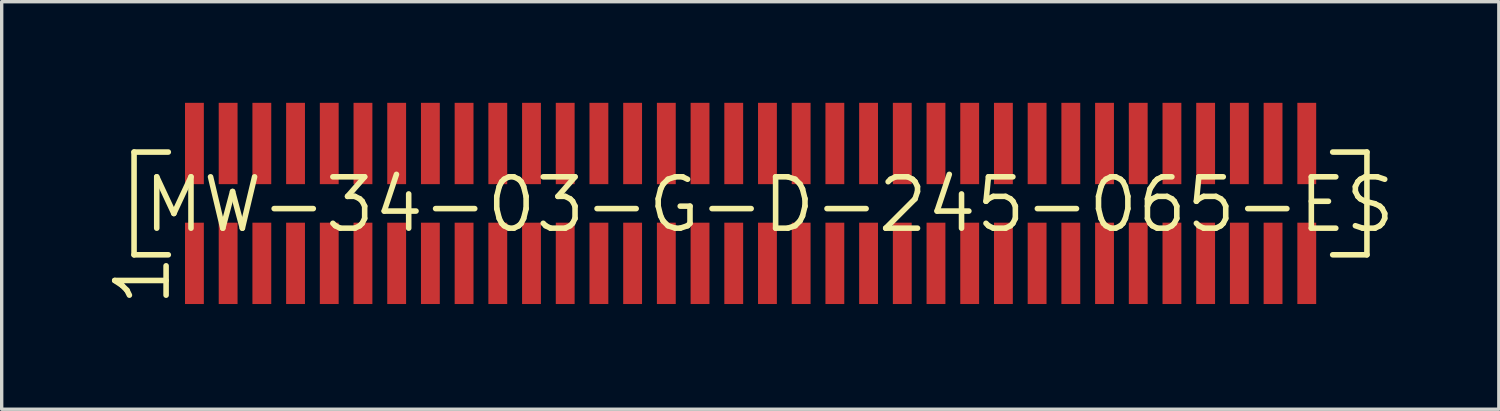
<source format=kicad_pcb>
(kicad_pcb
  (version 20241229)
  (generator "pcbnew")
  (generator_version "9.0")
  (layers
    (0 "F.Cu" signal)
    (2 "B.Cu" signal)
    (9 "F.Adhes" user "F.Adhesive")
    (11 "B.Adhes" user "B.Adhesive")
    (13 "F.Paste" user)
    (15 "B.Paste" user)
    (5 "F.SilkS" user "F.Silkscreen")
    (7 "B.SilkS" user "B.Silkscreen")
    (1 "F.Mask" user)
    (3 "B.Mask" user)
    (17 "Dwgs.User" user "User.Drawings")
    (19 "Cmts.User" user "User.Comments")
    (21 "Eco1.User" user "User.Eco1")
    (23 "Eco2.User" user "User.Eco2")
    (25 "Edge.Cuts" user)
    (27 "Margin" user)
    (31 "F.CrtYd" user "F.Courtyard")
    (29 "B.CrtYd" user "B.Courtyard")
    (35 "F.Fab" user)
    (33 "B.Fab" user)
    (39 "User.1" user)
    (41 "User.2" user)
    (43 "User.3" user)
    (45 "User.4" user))
  (footprint "MW-34-03-G-D-245-065-ES"
    (layer "F.Cu")
    (at 19.215 2.985)
    (property "Reference" "MW-34-03-G-D-245-065-ES" (at 0.564 0.038 180) (layer "F.SilkS") (effects (font (size 1.524 1.524) (thickness 0.165))))
    (attr through_hole)
    (fp_line (start -18.288 -1.524) (end -18.288 1.524) (stroke (width 0.165) (type solid)) (layer "F.SilkS"))
    (fp_line (start -18.288 1.524) (end -17.272 1.524) (stroke (width 0.165) (type solid)) (layer "F.SilkS"))
    (fp_line (start -17.272 -1.524) (end -18.288 -1.524) (stroke (width 0.165) (type solid)) (layer "F.SilkS"))
    (fp_line (start 17.272 1.524) (end 18.288 1.524) (stroke (width 0.165) (type solid)) (layer "F.SilkS"))
    (fp_line (start 18.288 -1.524) (end 17.272 -1.524) (stroke (width 0.165) (type solid)) (layer "F.SilkS"))
    (fp_line (start 18.288 1.524) (end 18.288 -1.524) (stroke (width 0.165) (type solid)) (layer "F.SilkS"))
    (fp_text user "1" (at -18.034 2.286 90) (layer "F.SilkS") (effects (font (size 1.524 1.524) (thickness 0.165))))
    (pad "1" smd rect (at -16.497 1.778) (size 0.559 2.413) (layers "F.Cu" "F.Mask" "F.Paste"))
    (pad "2" smd rect (at -16.497 -1.778) (size 0.559 2.413) (layers "F.Cu" "F.Mask" "F.Paste"))
    (pad "3" smd rect (at -15.497 1.778) (size 0.559 2.413) (layers "F.Cu" "F.Mask" "F.Paste"))
    (pad "4" smd rect (at -15.497 -1.778) (size 0.559 2.413) (layers "F.Cu" "F.Mask" "F.Paste"))
    (pad "5" smd rect (at -14.497 1.778) (size 0.559 2.413) (layers "F.Cu" "F.Mask" "F.Paste"))
    (pad "6" smd rect (at -14.497 -1.778) (size 0.559 2.413) (layers "F.Cu" "F.Mask" "F.Paste"))
    (pad "7" smd rect (at -13.497 1.778) (size 0.559 2.413) (layers "F.Cu" "F.Mask" "F.Paste"))
    (pad "8" smd rect (at -13.497 -1.778) (size 0.559 2.413) (layers "F.Cu" "F.Mask" "F.Paste"))
    (pad "9" smd rect (at -12.497 1.778) (size 0.559 2.413) (layers "F.Cu" "F.Mask" "F.Paste"))
    (pad "10" smd rect (at -12.497 -1.778) (size 0.559 2.413) (layers "F.Cu" "F.Mask" "F.Paste"))
    (pad "11" smd rect (at -11.497 1.778) (size 0.559 2.413) (layers "F.Cu" "F.Mask" "F.Paste"))
    (pad "12" smd rect (at -11.497 -1.778) (size 0.559 2.413) (layers "F.Cu" "F.Mask" "F.Paste"))
    (pad "13" smd rect (at -10.497 1.778) (size 0.559 2.413) (layers "F.Cu" "F.Mask" "F.Paste"))
    (pad "14" smd rect (at -10.497 -1.778) (size 0.559 2.413) (layers "F.Cu" "F.Mask" "F.Paste"))
    (pad "15" smd rect (at -9.497 1.778) (size 0.559 2.413) (layers "F.Cu" "F.Mask" "F.Paste"))
    (pad "16" smd rect (at -9.497 -1.778) (size 0.559 2.413) (layers "F.Cu" "F.Mask" "F.Paste"))
    (pad "17" smd rect (at -8.497 1.778) (size 0.559 2.413) (layers "F.Cu" "F.Mask" "F.Paste"))
    (pad "18" smd rect (at -8.497 -1.778) (size 0.559 2.413) (layers "F.Cu" "F.Mask" "F.Paste"))
    (pad "19" smd rect (at -7.497 1.778) (size 0.559 2.413) (layers "F.Cu" "F.Mask" "F.Paste"))
    (pad "20" smd rect (at -7.497 -1.778) (size 0.559 2.413) (layers "F.Cu" "F.Mask" "F.Paste"))
    (pad "21" smd rect (at -6.497 1.778) (size 0.559 2.413) (layers "F.Cu" "F.Mask" "F.Paste"))
    (pad "22" smd rect (at -6.497 -1.778) (size 0.559 2.413) (layers "F.Cu" "F.Mask" "F.Paste"))
    (pad "23" smd rect (at -5.497 1.778) (size 0.559 2.413) (layers "F.Cu" "F.Mask" "F.Paste"))
    (pad "24" smd rect (at -5.497 -1.778) (size 0.559 2.413) (layers "F.Cu" "F.Mask" "F.Paste"))
    (pad "25" smd rect (at -4.497 1.778) (size 0.559 2.413) (layers "F.Cu" "F.Mask" "F.Paste"))
    (pad "26" smd rect (at -4.497 -1.778) (size 0.559 2.413) (layers "F.Cu" "F.Mask" "F.Paste"))
    (pad "27" smd rect (at -3.497 1.778) (size 0.559 2.413) (layers "F.Cu" "F.Mask" "F.Paste"))
    (pad "28" smd rect (at -3.497 -1.778) (size 0.559 2.413) (layers "F.Cu" "F.Mask" "F.Paste"))
    (pad "29" smd rect (at -2.497 1.778) (size 0.559 2.413) (layers "F.Cu" "F.Mask" "F.Paste"))
    (pad "30" smd rect (at -2.497 -1.778) (size 0.559 2.413) (layers "F.Cu" "F.Mask" "F.Paste"))
    (pad "31" smd rect (at -1.497 1.778) (size 0.559 2.413) (layers "F.Cu" "F.Mask" "F.Paste"))
    (pad "32" smd rect (at -1.497 -1.778) (size 0.559 2.413) (layers "F.Cu" "F.Mask" "F.Paste"))
    (pad "33" smd rect (at -0.497 1.778) (size 0.559 2.413) (layers "F.Cu" "F.Mask" "F.Paste"))
    (pad "34" smd rect (at -0.497 -1.778) (size 0.559 2.413) (layers "F.Cu" "F.Mask" "F.Paste"))
    (pad "35" smd rect (at 0.503 1.778) (size 0.559 2.413) (layers "F.Cu" "F.Mask" "F.Paste"))
    (pad "36" smd rect (at 0.503 -1.778) (size 0.559 2.413) (layers "F.Cu" "F.Mask" "F.Paste"))
    (pad "37" smd rect (at 1.503 1.778) (size 0.559 2.413) (layers "F.Cu" "F.Mask" "F.Paste"))
    (pad "38" smd rect (at 1.503 -1.778) (size 0.559 2.413) (layers "F.Cu" "F.Mask" "F.Paste"))
    (pad "39" smd rect (at 2.503 1.778) (size 0.559 2.413) (layers "F.Cu" "F.Mask" "F.Paste"))
    (pad "40" smd rect (at 2.503 -1.778) (size 0.559 2.413) (layers "F.Cu" "F.Mask" "F.Paste"))
    (pad "41" smd rect (at 3.503 1.778) (size 0.559 2.413) (layers "F.Cu" "F.Mask" "F.Paste"))
    (pad "42" smd rect (at 3.503 -1.778) (size 0.559 2.413) (layers "F.Cu" "F.Mask" "F.Paste"))
    (pad "43" smd rect (at 4.503 1.778) (size 0.559 2.413) (layers "F.Cu" "F.Mask" "F.Paste"))
    (pad "44" smd rect (at 4.503 -1.778) (size 0.559 2.413) (layers "F.Cu" "F.Mask" "F.Paste"))
    (pad "45" smd rect (at 5.503 1.778) (size 0.559 2.413) (layers "F.Cu" "F.Mask" "F.Paste"))
    (pad "46" smd rect (at 5.503 -1.778) (size 0.559 2.413) (layers "F.Cu" "F.Mask" "F.Paste"))
    (pad "47" smd rect (at 6.503 1.778) (size 0.559 2.413) (layers "F.Cu" "F.Mask" "F.Paste"))
    (pad "48" smd rect (at 6.503 -1.778) (size 0.559 2.413) (layers "F.Cu" "F.Mask" "F.Paste"))
    (pad "49" smd rect (at 7.503 1.778) (size 0.559 2.413) (layers "F.Cu" "F.Mask" "F.Paste"))
    (pad "50" smd rect (at 7.503 -1.778) (size 0.559 2.413) (layers "F.Cu" "F.Mask" "F.Paste"))
    (pad "51" smd rect (at 8.503 1.778) (size 0.559 2.413) (layers "F.Cu" "F.Mask" "F.Paste"))
    (pad "52" smd rect (at 8.503 -1.778) (size 0.559 2.413) (layers "F.Cu" "F.Mask" "F.Paste"))
    (pad "53" smd rect (at 9.503 1.778) (size 0.559 2.413) (layers "F.Cu" "F.Mask" "F.Paste"))
    (pad "54" smd rect (at 9.503 -1.778) (size 0.559 2.413) (layers "F.Cu" "F.Mask" "F.Paste"))
    (pad "55" smd rect (at 10.503 1.778) (size 0.559 2.413) (layers "F.Cu" "F.Mask" "F.Paste"))
    (pad "56" smd rect (at 10.503 -1.778) (size 0.559 2.413) (layers "F.Cu" "F.Mask" "F.Paste"))
    (pad "57" smd rect (at 11.503 1.778) (size 0.559 2.413) (layers "F.Cu" "F.Mask" "F.Paste"))
    (pad "58" smd rect (at 11.503 -1.778) (size 0.559 2.413) (layers "F.Cu" "F.Mask" "F.Paste"))
    (pad "59" smd rect (at 12.503 1.778) (size 0.559 2.413) (layers "F.Cu" "F.Mask" "F.Paste"))
    (pad "60" smd rect (at 12.503 -1.778) (size 0.559 2.413) (layers "F.Cu" "F.Mask" "F.Paste"))
    (pad "61" smd rect (at 13.503 1.778) (size 0.559 2.413) (layers "F.Cu" "F.Mask" "F.Paste"))
    (pad "62" smd rect (at 13.503 -1.778) (size 0.559 2.413) (layers "F.Cu" "F.Mask" "F.Paste"))
    (pad "63" smd rect (at 14.503 1.778) (size 0.559 2.413) (layers "F.Cu" "F.Mask" "F.Paste"))
    (pad "64" smd rect (at 14.503 -1.778) (size 0.559 2.413) (layers "F.Cu" "F.Mask" "F.Paste"))
    (pad "65" smd rect (at 15.503 1.778) (size 0.559 2.413) (layers "F.Cu" "F.Mask" "F.Paste"))
    (pad "66" smd rect (at 15.503 -1.778) (size 0.559 2.413) (layers "F.Cu" "F.Mask" "F.Paste"))
    (pad "67" smd rect (at 16.503 1.778) (size 0.559 2.413) (layers "F.Cu" "F.Mask" "F.Paste"))
    (pad "68" smd rect (at 16.503 -1.778) (size 0.559 2.413) (layers "F.Cu" "F.Mask" "F.Paste")))
  (gr_rect
    (start -3 -3)
    (end 41.416 9.091)
    (stroke (width 0.1) (type default))
    (fill no)
    (layer "Edge.Cuts")))
</source>
